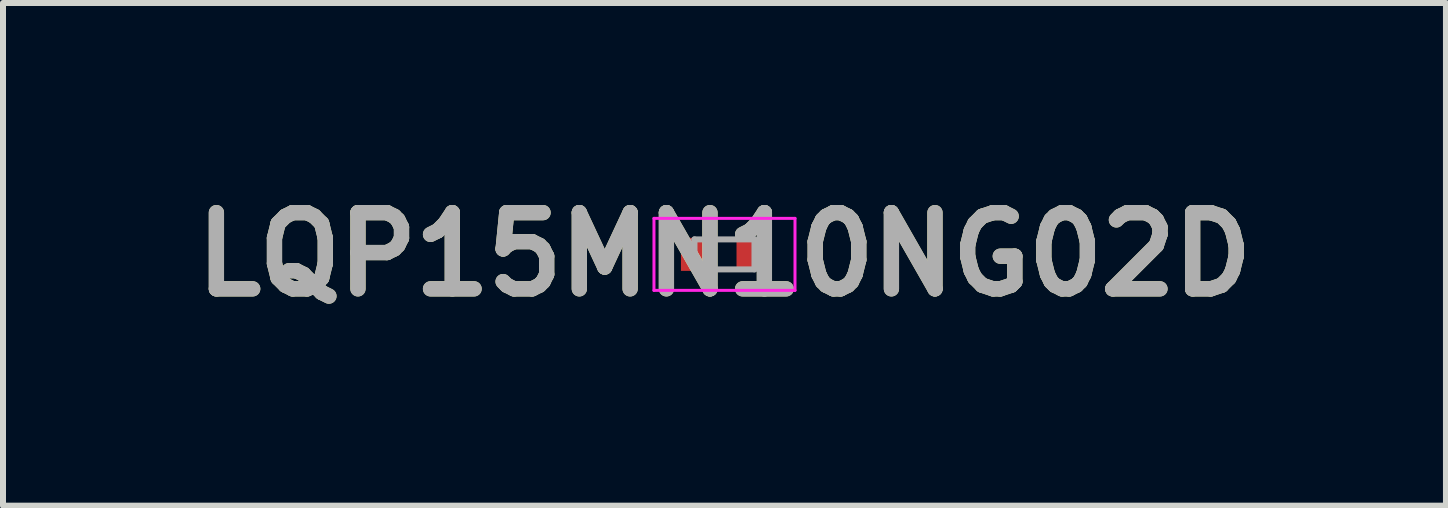
<source format=kicad_pcb>
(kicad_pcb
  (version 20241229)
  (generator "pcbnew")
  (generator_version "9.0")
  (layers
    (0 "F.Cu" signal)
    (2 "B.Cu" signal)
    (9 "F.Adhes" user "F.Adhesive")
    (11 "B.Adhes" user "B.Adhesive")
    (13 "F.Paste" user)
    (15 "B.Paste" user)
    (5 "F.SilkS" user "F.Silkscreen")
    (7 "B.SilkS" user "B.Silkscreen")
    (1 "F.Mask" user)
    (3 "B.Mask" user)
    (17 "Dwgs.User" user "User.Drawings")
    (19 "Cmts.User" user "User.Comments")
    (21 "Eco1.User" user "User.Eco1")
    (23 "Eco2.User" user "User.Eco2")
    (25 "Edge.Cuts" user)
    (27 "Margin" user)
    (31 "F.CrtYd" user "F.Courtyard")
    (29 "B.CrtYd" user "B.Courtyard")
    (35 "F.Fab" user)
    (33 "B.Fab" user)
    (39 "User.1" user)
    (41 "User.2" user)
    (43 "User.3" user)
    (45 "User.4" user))
  (footprint "LQP15MN10NG02D"
    (layer "F.Cu")
    (at 9.023 1.189)
    (property "Reference" "LQP15MN10NG02D" (at 0 0 0) (layer "F.SilkS") (effects (font (size 1.27 1.27) (thickness 0.254))))
    (attr smd)
    (fp_line (start -1.175 -0.6) (end 1.175 -0.6) (stroke (width 0.05) (type solid)) (layer "F.CrtYd"))
    (fp_line (start -1.175 0.6) (end -1.175 -0.6) (stroke (width 0.05) (type solid)) (layer "F.CrtYd"))
    (fp_line (start 1.175 -0.6) (end 1.175 0.6) (stroke (width 0.05) (type solid)) (layer "F.CrtYd"))
    (fp_line (start 1.175 0.6) (end -1.175 0.6) (stroke (width 0.05) (type solid)) (layer "F.CrtYd"))
    (fp_line (start -0.5 -0.25) (end 0.5 -0.25) (stroke (width 0.1) (type solid)) (layer "F.Fab"))
    (fp_line (start -0.5 0.25) (end -0.5 -0.25) (stroke (width 0.1) (type solid)) (layer "F.Fab"))
    (fp_line (start 0.5 -0.25) (end 0.5 0.25) (stroke (width 0.1) (type solid)) (layer "F.Fab"))
    (fp_line (start 0.5 0.25) (end -0.5 0.25) (stroke (width 0.1) (type solid)) (layer "F.Fab"))
    (fp_text user "${REFERENCE}" (at 0 0 0) (layer "F.Fab") (effects (font (size 1.27 1.27) (thickness 0.254))))
    (pad "1" smd rect (at -0.463 0) (size 0.525 0.55) (layers "F.Cu" "F.Mask" "F.Paste"))
    (pad "2" smd rect (at 0.463 0) (size 0.525 0.55) (layers "F.Cu" "F.Mask" "F.Paste")))
  (gr_rect
    (start -3 -3)
    (end 21.046 5.377)
    (stroke (width 0.1) (type default))
    (fill no)
    (layer "Edge.Cuts")))
</source>
